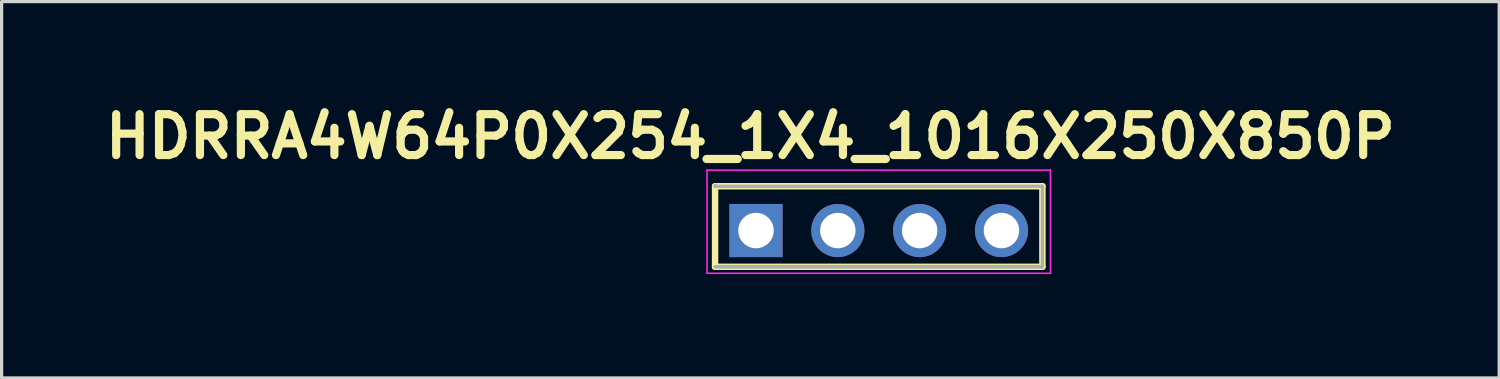
<source format=kicad_pcb>
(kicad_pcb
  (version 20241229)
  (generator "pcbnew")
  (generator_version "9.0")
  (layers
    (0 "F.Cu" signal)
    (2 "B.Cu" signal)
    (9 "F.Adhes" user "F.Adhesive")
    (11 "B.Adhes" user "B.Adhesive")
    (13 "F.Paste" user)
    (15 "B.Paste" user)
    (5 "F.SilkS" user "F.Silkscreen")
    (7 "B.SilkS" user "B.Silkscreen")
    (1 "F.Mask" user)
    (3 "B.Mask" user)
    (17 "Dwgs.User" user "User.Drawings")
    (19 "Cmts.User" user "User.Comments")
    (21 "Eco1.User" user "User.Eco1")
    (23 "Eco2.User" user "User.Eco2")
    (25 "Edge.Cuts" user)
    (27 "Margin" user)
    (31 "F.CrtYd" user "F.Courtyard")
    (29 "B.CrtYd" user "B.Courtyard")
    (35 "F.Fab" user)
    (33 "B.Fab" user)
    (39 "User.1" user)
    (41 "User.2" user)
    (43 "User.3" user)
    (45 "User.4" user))
  (footprint "HDRRA4W64P0X254_1X4_1016X250X850P"
    (layer "F.Cu")
    (at 18.895 5.431)
    (property "Reference" "HDRRA4W64P0X254_1X4_1016X250X850P" (at 1.346 -4.242 0) (layer "F.SilkS") (effects (font (size 1.27 1.27) (thickness 0.254))))
    (attr through_hole)
    (fp_line (start 0.25 -2.7) (end 10.41 -2.7) (stroke (width 0.2) (type solid)) (layer "F.SilkS"))
    (fp_line (start 0.25 -0.2) (end 0.25 -2.7) (stroke (width 0.2) (type solid)) (layer "F.SilkS"))
    (fp_line (start 0.25 -0.2) (end 10.41 -0.2) (stroke (width 0.2) (type solid)) (layer "F.SilkS"))
    (fp_line (start 10.41 -2.7) (end 10.41 -0.2) (stroke (width 0.2) (type solid)) (layer "F.SilkS"))
    (fp_line (start 0 -3.2) (end 0 0) (stroke (width 0.05) (type solid)) (layer "F.CrtYd"))
    (fp_line (start 0 0) (end 10.66 0) (stroke (width 0.05) (type solid)) (layer "F.CrtYd"))
    (fp_line (start 10.66 -3.2) (end 0 -3.2) (stroke (width 0.05) (type solid)) (layer "F.CrtYd"))
    (fp_line (start 10.66 0) (end 10.66 -3.2) (stroke (width 0.05) (type solid)) (layer "F.CrtYd"))
    (fp_line (start 0.25 -2.725) (end 0.25 -2.7) (stroke (width 0.1) (type solid)) (layer "F.Fab"))
    (fp_line (start 0.25 -0.2) (end 10.41 -0.2) (stroke (width 0.1) (type solid)) (layer "F.Fab"))
    (fp_line (start 10.41 -2.7) (end 0.25 -2.7) (stroke (width 0.1) (type solid)) (layer "F.Fab"))
    (fp_line (start 10.41 -2.7) (end 10.41 -0.2) (stroke (width 0.1) (type solid)) (layer "F.Fab"))
    (fp_line (start 10.41 -0.2) (end 0.25 -0.2) (stroke (width 0.1) (type solid)) (layer "F.Fab"))
    (pad "1" thru_hole rect (at 1.52 -1.325) (size 1.65 1.65) (drill 1.1) (layers "*.Cu" "*.Mask"))
    (pad "2" thru_hole circle (at 4.06 -1.325) (size 1.65 1.65) (drill 1.1) (layers "*.Cu" "*.Mask"))
    (pad "3" thru_hole circle (at 6.6 -1.325) (size 1.65 1.65) (drill 1.1) (layers "*.Cu" "*.Mask"))
    (pad "4" thru_hole circle (at 9.14 -1.325) (size 1.65 1.65) (drill 1.1) (layers "*.Cu" "*.Mask")))
  (gr_rect
    (start -3 -3)
    (end 43.483 8.681)
    (stroke (width 0.1) (type default))
    (fill no)
    (layer "Edge.Cuts")))
</source>
